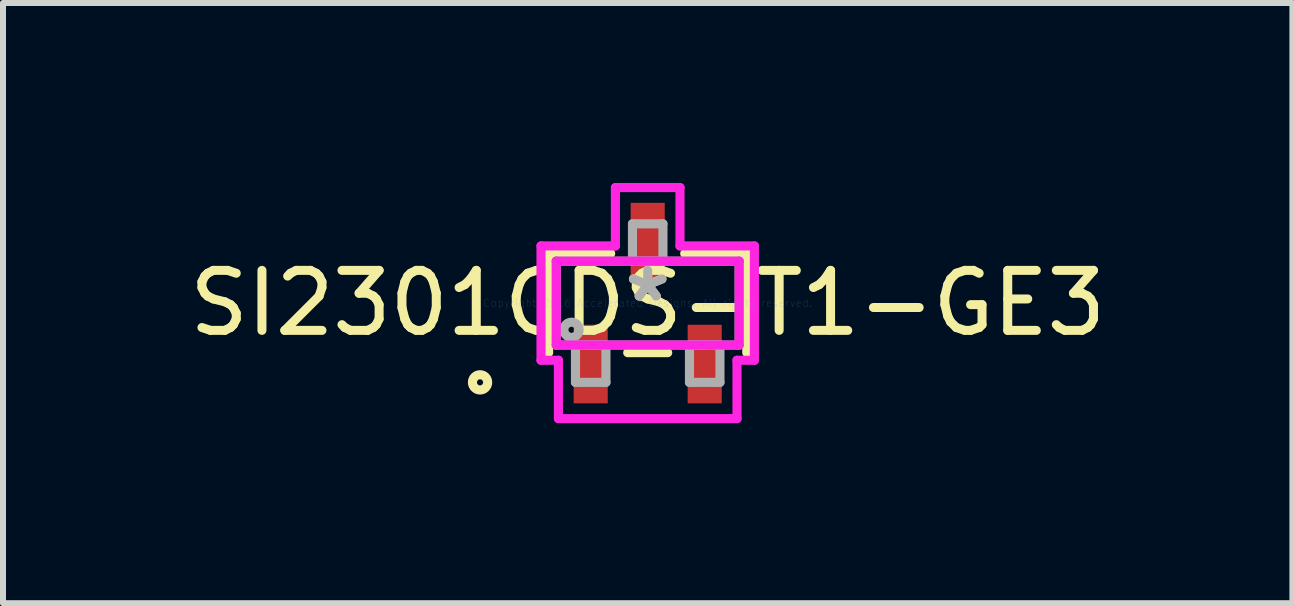
<source format=kicad_pcb>
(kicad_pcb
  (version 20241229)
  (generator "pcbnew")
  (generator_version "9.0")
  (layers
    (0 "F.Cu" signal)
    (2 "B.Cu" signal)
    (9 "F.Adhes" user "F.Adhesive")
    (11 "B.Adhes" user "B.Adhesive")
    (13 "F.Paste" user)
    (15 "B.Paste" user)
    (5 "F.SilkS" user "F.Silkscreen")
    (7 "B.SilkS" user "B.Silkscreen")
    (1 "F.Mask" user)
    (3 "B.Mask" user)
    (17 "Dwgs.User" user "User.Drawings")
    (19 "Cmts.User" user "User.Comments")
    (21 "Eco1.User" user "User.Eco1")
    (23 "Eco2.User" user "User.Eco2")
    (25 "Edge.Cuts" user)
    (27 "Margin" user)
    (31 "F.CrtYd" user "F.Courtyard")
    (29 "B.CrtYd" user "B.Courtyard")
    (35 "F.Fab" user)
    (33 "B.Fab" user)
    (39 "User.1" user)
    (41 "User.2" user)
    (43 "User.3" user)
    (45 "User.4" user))
  (footprint "SI2301CDS-T1-GE3"
    (layer "F.Cu")
    (at 7.744 2.001)
    (property "Reference" "SI2301CDS-T1-GE3" (at 0 0 0) (layer "F.SilkS") (effects (font (size 1 1) (thickness 0.15))))
    (attr through_hole)
    (fp_line (start -1.651 -0.826) (end -1.651 0.826) (stroke (width 0.152) (type solid)) (layer "F.SilkS"))
    (fp_line (start -0.617 -0.826) (end -1.651 -0.826) (stroke (width 0.152) (type solid)) (layer "F.SilkS"))
    (fp_line (start -0.333 0.826) (end 0.333 0.826) (stroke (width 0.152) (type solid)) (layer "F.SilkS"))
    (fp_line (start 1.651 -0.826) (end 0.617 -0.826) (stroke (width 0.152) (type solid)) (layer "F.SilkS"))
    (fp_line (start 1.651 0.826) (end 1.651 -0.826) (stroke (width 0.152) (type solid)) (layer "F.SilkS"))
    (fp_circle (center -2.794 1.321) (end -2.667 1.321) (stroke (width 0.152) (type solid)) (fill no) (layer "F.SilkS"))
    (fp_line (start -1.778 -0.953) (end -0.538 -0.953) (stroke (width 0.152) (type solid)) (layer "F.CrtYd"))
    (fp_line (start -1.778 0.953) (end -1.778 -0.953) (stroke (width 0.152) (type solid)) (layer "F.CrtYd"))
    (fp_line (start -1.524 -0.699) (end 1.524 -0.699) (stroke (width 0.152) (type solid)) (layer "F.CrtYd"))
    (fp_line (start -1.524 0.699) (end -1.524 -0.699) (stroke (width 0.152) (type solid)) (layer "F.CrtYd"))
    (fp_line (start -1.488 0.953) (end -1.778 0.953) (stroke (width 0.152) (type solid)) (layer "F.CrtYd"))
    (fp_line (start -1.488 1.925) (end -1.488 0.953) (stroke (width 0.152) (type solid)) (layer "F.CrtYd"))
    (fp_line (start -0.538 -1.925) (end 0.538 -1.925) (stroke (width 0.152) (type solid)) (layer "F.CrtYd"))
    (fp_line (start -0.538 -0.953) (end -0.538 -1.925) (stroke (width 0.152) (type solid)) (layer "F.CrtYd"))
    (fp_line (start 0.538 -1.925) (end 0.538 -0.953) (stroke (width 0.152) (type solid)) (layer "F.CrtYd"))
    (fp_line (start 0.538 -0.953) (end 1.778 -0.953) (stroke (width 0.152) (type solid)) (layer "F.CrtYd"))
    (fp_line (start 1.488 0.953) (end 1.488 1.925) (stroke (width 0.152) (type solid)) (layer "F.CrtYd"))
    (fp_line (start 1.488 1.925) (end -1.488 1.925) (stroke (width 0.152) (type solid)) (layer "F.CrtYd"))
    (fp_line (start 1.524 -0.699) (end 1.524 0.699) (stroke (width 0.152) (type solid)) (layer "F.CrtYd"))
    (fp_line (start 1.524 0.699) (end -1.524 0.699) (stroke (width 0.152) (type solid)) (layer "F.CrtYd"))
    (fp_line (start 1.778 -0.953) (end 1.778 0.953) (stroke (width 0.152) (type solid)) (layer "F.CrtYd"))
    (fp_line (start 1.778 0.953) (end 1.488 0.953) (stroke (width 0.152) (type solid)) (layer "F.CrtYd"))
    (fp_line (start -1.524 -0.699) (end -1.524 0.699) (stroke (width 0.152) (type solid)) (layer "F.Fab"))
    (fp_line (start -1.524 0.699) (end 1.524 0.699) (stroke (width 0.152) (type solid)) (layer "F.Fab"))
    (fp_line (start -1.204 0.699) (end -1.204 1.321) (stroke (width 0.152) (type solid)) (layer "F.Fab"))
    (fp_line (start -1.204 1.321) (end -0.696 1.321) (stroke (width 0.152) (type solid)) (layer "F.Fab"))
    (fp_line (start -0.696 0.699) (end -1.204 0.699) (stroke (width 0.152) (type solid)) (layer "F.Fab"))
    (fp_line (start -0.696 1.321) (end -0.696 0.699) (stroke (width 0.152) (type solid)) (layer "F.Fab"))
    (fp_line (start -0.254 -1.321) (end -0.254 -0.699) (stroke (width 0.152) (type solid)) (layer "F.Fab"))
    (fp_line (start -0.254 -0.699) (end 0.254 -0.699) (stroke (width 0.152) (type solid)) (layer "F.Fab"))
    (fp_line (start 0.254 -1.321) (end -0.254 -1.321) (stroke (width 0.152) (type solid)) (layer "F.Fab"))
    (fp_line (start 0.254 -0.699) (end 0.254 -1.321) (stroke (width 0.152) (type solid)) (layer "F.Fab"))
    (fp_line (start 0.696 0.699) (end 0.696 1.321) (stroke (width 0.152) (type solid)) (layer "F.Fab"))
    (fp_line (start 0.696 1.321) (end 1.204 1.321) (stroke (width 0.152) (type solid)) (layer "F.Fab"))
    (fp_line (start 1.204 0.699) (end 0.696 0.699) (stroke (width 0.152) (type solid)) (layer "F.Fab"))
    (fp_line (start 1.204 1.321) (end 1.204 0.699) (stroke (width 0.152) (type solid)) (layer "F.Fab"))
    (fp_line (start 1.524 -0.699) (end -1.524 -0.699) (stroke (width 0.152) (type solid)) (layer "F.Fab"))
    (fp_line (start 1.524 0.699) (end 1.524 -0.699) (stroke (width 0.152) (type solid)) (layer "F.Fab"))
    (fp_circle (center -1.27 0.445) (end -1.143 0.445) (stroke (width 0.152) (type solid)) (fill no) (layer "F.Fab"))
    (fp_text user "*" (at 0 0 0) (layer "F.SilkS") (effects (font (size 1 1) (thickness 0.15))))
    (fp_text user "Copyright 2016 Accelerated Designs. All rights reserved." (at 0 0 0) (layer "Cmts.User") (effects (font (size 0.127 0.127) (thickness 0.002))))
    (fp_text user "*" (at 0 0 0) (layer "F.Fab") (effects (font (size 1 1) (thickness 0.15))))
    (pad "1" smd rect (at -0.95 1.016) (size 0.568 1.31) (layers "F.Cu" "F.Mask" "F.Paste"))
    (pad "2" smd rect (at 0.95 1.016) (size 0.568 1.31) (layers "F.Cu" "F.Mask" "F.Paste"))
    (pad "3" smd rect (at 0 -1.016) (size 0.568 1.31) (layers "F.Cu" "F.Mask" "F.Paste")))
  (gr_rect
    (start -3 -3)
    (end 18.488 7.002)
    (stroke (width 0.1) (type default))
    (fill no)
    (layer "Edge.Cuts")))
</source>
